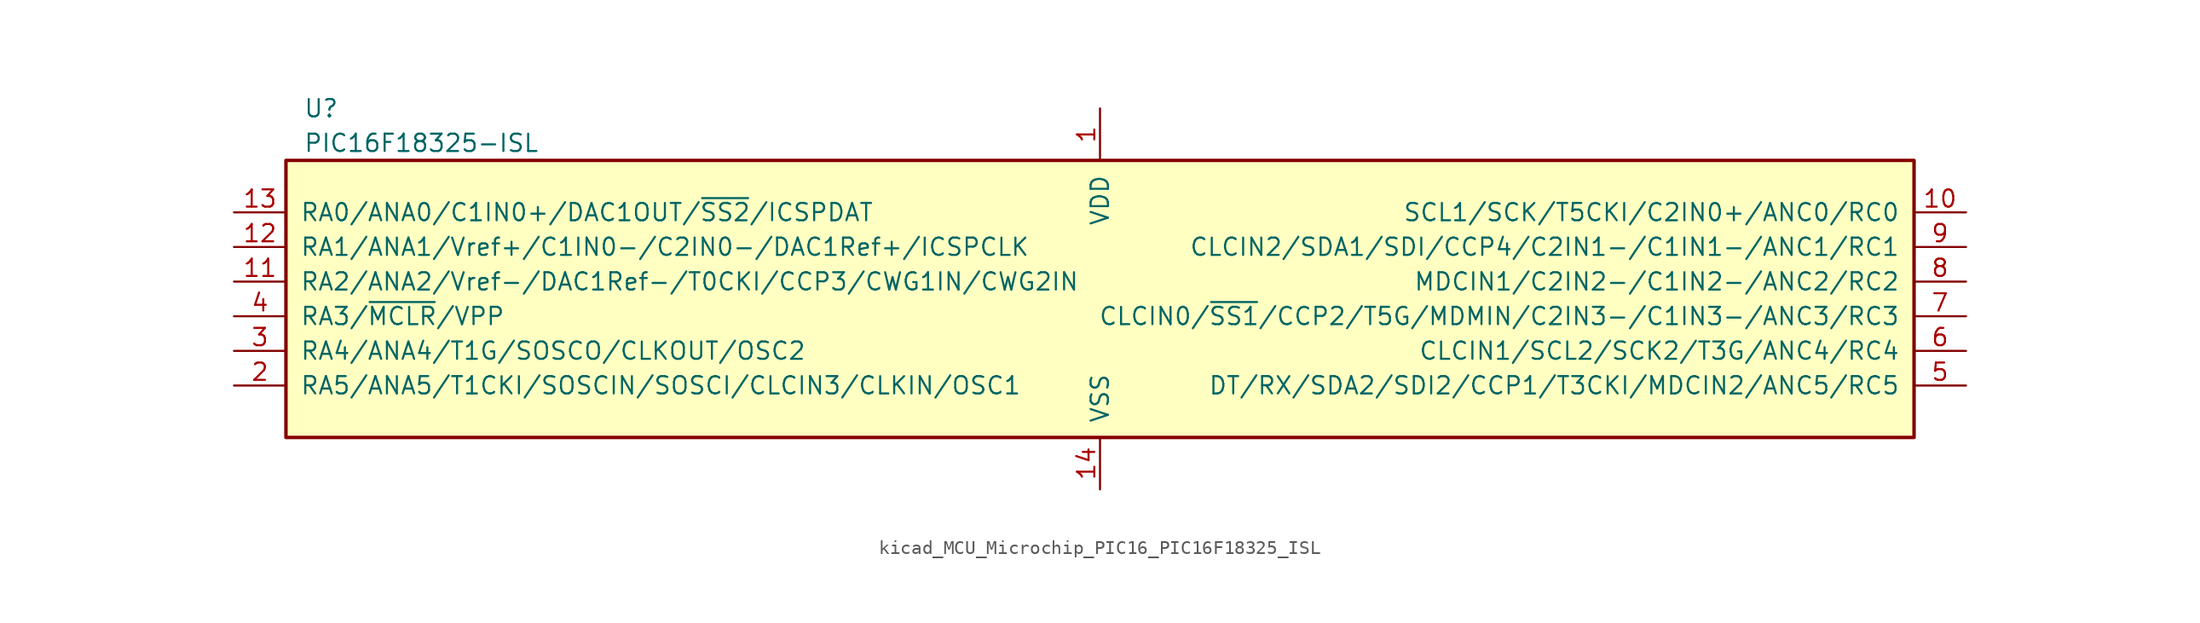
<source format=kicad_sym>
(kicad_symbol_lib
  (version 20220914)
  (generator kicad_symbol_editor)
  (symbol "kicad_MCU_Microchip_PIC16_PIC16F18325_ISL"
    (pin_names
      (offset 1.016))
    (property "Reference" "U"
      (at -58.42 15.24 0)
      (effects (font (size 1.27 1.27)) (justify left)))
    (property "Value" "PIC16F18325-ISL"
      (at -58.42 12.7 0)
      (effects (font (size 1.27 1.27)) (justify left)))
    (symbol "kicad_MCU_Microchip_PIC16_PIC16F18325_ISL_1_1"
      (rectangle (start -59.69 11.43) (end 59.69 -8.89) (stroke (width 0.254) (type default)) (fill (type background)))
      (pin power_in line (at 0 15.24 270) (length 3.81) (name "VDD" (effects (font (size 1.27 1.27)))) (number "1" (effects (font (size 1.27 1.27)))))
      (pin bidirectional line (at 63.5 7.62 180) (length 3.81) (name "SCL1/SCK/T5CKI/C2IN0+/ANC0/RC0" (effects (font (size 1.27 1.27)))) (number "10" (effects (font (size 1.27 1.27)))))
      (pin bidirectional line (at -63.5 2.54 0) (length 3.81) (name "RA2/ANA2/Vref-/DAC1Ref-/T0CKI/CCP3/CWG1IN/CWG2IN" (effects (font (size 1.27 1.27)))) (number "11" (effects (font (size 1.27 1.27)))))
      (pin bidirectional line (at -63.5 5.08 0) (length 3.81) (name "RA1/ANA1/Vref+/C1IN0-/C2IN0-/DAC1Ref+/ICSPCLK" (effects (font (size 1.27 1.27)))) (number "12" (effects (font (size 1.27 1.27)))))
      (pin bidirectional line (at -63.5 7.62 0) (length 3.81) (name "RA0/ANA0/C1IN0+/DAC1OUT/~{SS2}/ICSPDAT" (effects (font (size 1.27 1.27)))) (number "13" (effects (font (size 1.27 1.27)))))
      (pin power_in line (at 0 -12.7 90) (length 3.81) (name "VSS" (effects (font (size 1.27 1.27)))) (number "14" (effects (font (size 1.27 1.27)))))
      (pin bidirectional line (at -63.5 -5.08 0) (length 3.81) (name "RA5/ANA5/T1CKI/SOSCIN/SOSCI/CLCIN3/CLKIN/OSC1" (effects (font (size 1.27 1.27)))) (number "2" (effects (font (size 1.27 1.27)))))
      (pin bidirectional line (at -63.5 -2.54 0) (length 3.81) (name "RA4/ANA4/T1G/SOSCO/CLKOUT/OSC2" (effects (font (size 1.27 1.27)))) (number "3" (effects (font (size 1.27 1.27)))))
      (pin bidirectional line (at -63.5 0 0) (length 3.81) (name "RA3/~{MCLR}/VPP" (effects (font (size 1.27 1.27)))) (number "4" (effects (font (size 1.27 1.27)))))
      (pin bidirectional line (at 63.5 -5.08 180) (length 3.81) (name "DT/RX/SDA2/SDI2/CCP1/T3CKI/MDCIN2/ANC5/RC5" (effects (font (size 1.27 1.27)))) (number "5" (effects (font (size 1.27 1.27)))))
      (pin bidirectional line (at 63.5 -2.54 180) (length 3.81) (name "CLCIN1/SCL2/SCK2/T3G/ANC4/RC4" (effects (font (size 1.27 1.27)))) (number "6" (effects (font (size 1.27 1.27)))))
      (pin bidirectional line (at 63.5 0 180) (length 3.81) (name "CLCIN0/~{SS1}/CCP2/T5G/MDMIN/C2IN3-/C1IN3-/ANC3/RC3" (effects (font (size 1.27 1.27)))) (number "7" (effects (font (size 1.27 1.27)))))
      (pin bidirectional line (at 63.5 2.54 180) (length 3.81) (name "MDCIN1/C2IN2-/C1IN2-/ANC2/RC2" (effects (font (size 1.27 1.27)))) (number "8" (effects (font (size 1.27 1.27)))))
      (pin bidirectional line (at 63.5 5.08 180) (length 3.81) (name "CLCIN2/SDA1/SDI/CCP4/C2IN1-/C1IN1-/ANC1/RC1" (effects (font (size 1.27 1.27)))) (number "9" (effects (font (size 1.27 1.27))))))))
</source>
